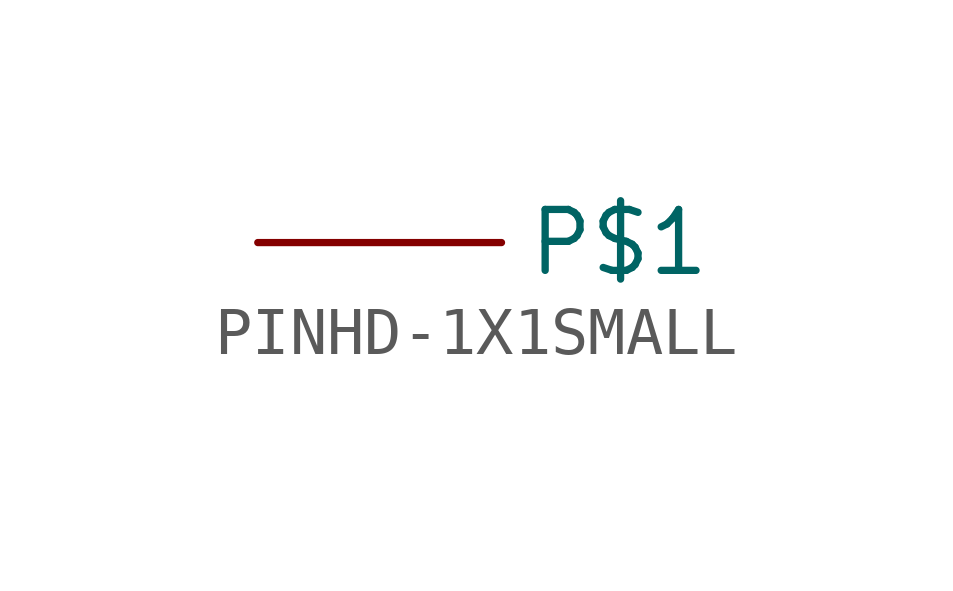
<source format=kicad_sym>
(kicad_symbol_lib
  (version 20211014)
  (generator kicad_symbol_editor)
  (symbol "PINHD-1X1SMALL"
    (property "Reference" ""
      (at 0 0 0)
      (effects (font (size 1.27 1.27)) hide))
    (property "ki_locked" ""
      (at 0 0 0)
      (effects (font (size 1.27 1.27))))
    (symbol "PINHD-1X1SMALL_1_0"
      (pin bidirectional line (at -5.08 0 0) (length 5.08) (name "P$1" (effects (font (size 1.27 1.27)))) (number "1" (effects (font (size 0 0))))))))
</source>
